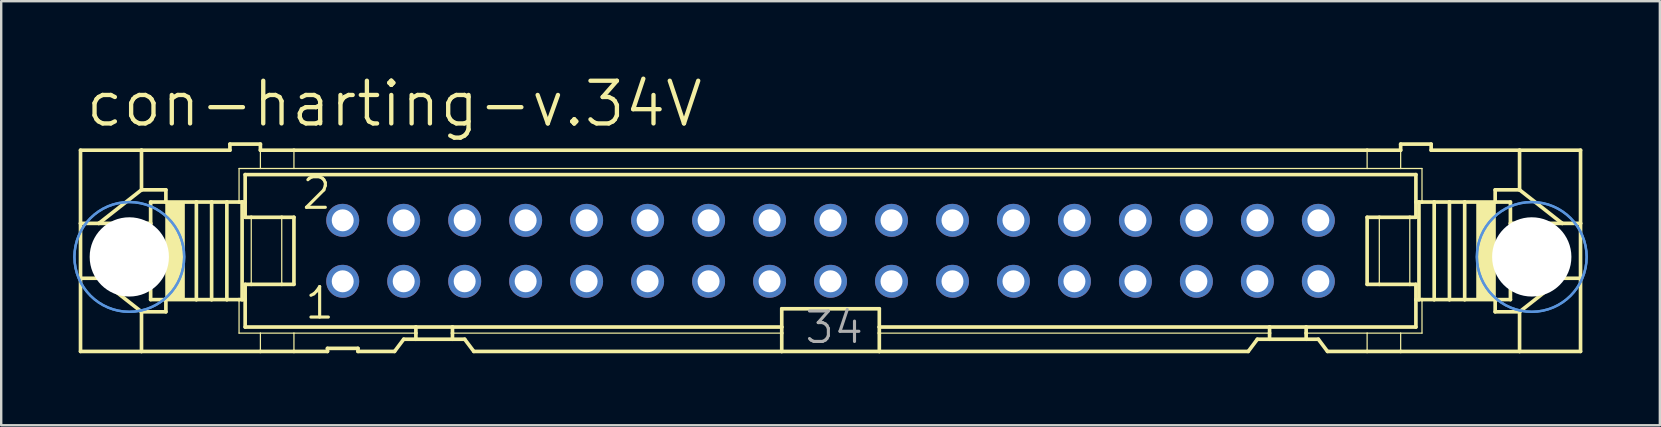
<source format=kicad_pcb>
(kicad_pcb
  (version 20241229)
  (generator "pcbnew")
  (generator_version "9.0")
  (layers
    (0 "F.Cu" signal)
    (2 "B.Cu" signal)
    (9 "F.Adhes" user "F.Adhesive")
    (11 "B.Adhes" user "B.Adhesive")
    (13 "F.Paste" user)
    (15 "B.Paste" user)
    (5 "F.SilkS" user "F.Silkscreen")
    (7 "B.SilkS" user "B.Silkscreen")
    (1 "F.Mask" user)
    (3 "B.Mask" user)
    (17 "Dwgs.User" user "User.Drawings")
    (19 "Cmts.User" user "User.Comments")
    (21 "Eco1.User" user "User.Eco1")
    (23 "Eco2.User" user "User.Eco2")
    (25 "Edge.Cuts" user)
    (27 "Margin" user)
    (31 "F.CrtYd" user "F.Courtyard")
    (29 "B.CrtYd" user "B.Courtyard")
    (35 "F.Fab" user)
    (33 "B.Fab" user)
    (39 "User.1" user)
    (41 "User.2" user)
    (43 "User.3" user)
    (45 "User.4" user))
  (footprint "con-harting-v.34V"
    (layer "F.Cu")
    (at 31.546 7.398)
    (property "Reference" "con-harting-v.34V" (at -31.115 -5.08 0) (layer "F.SilkS") (effects (font (size 1.778 1.778) (thickness 0.18)) (justify left bottom)))
    (attr through_hole)
    (fp_line (start -31.242 -4.191) (end -31.242 -1.143) (stroke (width 0.152) (type default)) (layer "F.SilkS"))
    (fp_line (start -31.242 -4.191) (end -28.702 -4.191) (stroke (width 0.152) (type default)) (layer "F.SilkS"))
    (fp_line (start -31.242 -1.143) (end -31.242 1.143) (stroke (width 0.152) (type default)) (layer "F.SilkS"))
    (fp_line (start -31.242 -1.143) (end -30.48 -1.143) (stroke (width 0.152) (type default)) (layer "F.SilkS"))
    (fp_line (start -31.242 1.143) (end -31.242 4.191) (stroke (width 0.152) (type default)) (layer "F.SilkS"))
    (fp_line (start -31.242 1.143) (end -30.48 1.143) (stroke (width 0.152) (type default)) (layer "F.SilkS"))
    (fp_line (start -30.48 -1.143) (end -28.321 -1.143) (stroke (width 0.152) (type default)) (layer "F.SilkS"))
    (fp_line (start -30.48 1.143) (end -28.321 1.143) (stroke (width 0.152) (type default)) (layer "F.SilkS"))
    (fp_line (start -28.702 -4.191) (end -28.702 -2.54) (stroke (width 0.152) (type default)) (layer "F.SilkS"))
    (fp_line (start -28.702 -2.54) (end -30.48 -1.143) (stroke (width 0.152) (type default)) (layer "F.SilkS"))
    (fp_line (start -28.702 2.54) (end -30.48 1.143) (stroke (width 0.152) (type default)) (layer "F.SilkS"))
    (fp_line (start -28.702 2.54) (end -28.702 4.191) (stroke (width 0.152) (type default)) (layer "F.SilkS"))
    (fp_line (start -28.702 4.191) (end -31.242 4.191) (stroke (width 0.152) (type default)) (layer "F.SilkS"))
    (fp_line (start -28.321 -1.143) (end -28.321 -2.032) (stroke (width 0.152) (type default)) (layer "F.SilkS"))
    (fp_line (start -28.321 1.143) (end -28.321 -1.143) (stroke (width 0.152) (type default)) (layer "F.SilkS"))
    (fp_line (start -28.321 2.032) (end -28.321 1.143) (stroke (width 0.152) (type default)) (layer "F.SilkS"))
    (fp_line (start -27.686 -2.54) (end -28.702 -2.54) (stroke (width 0.152) (type default)) (layer "F.SilkS"))
    (fp_line (start -27.686 -2.54) (end -27.686 -2.032) (stroke (width 0.152) (type default)) (layer "F.SilkS"))
    (fp_line (start -27.686 -2.032) (end -28.321 -2.032) (stroke (width 0.152) (type default)) (layer "F.SilkS"))
    (fp_line (start -27.686 2.032) (end -28.321 2.032) (stroke (width 0.152) (type default)) (layer "F.SilkS"))
    (fp_line (start -27.686 2.032) (end -27.686 2.54) (stroke (width 0.152) (type default)) (layer "F.SilkS"))
    (fp_line (start -27.686 2.54) (end -28.702 2.54) (stroke (width 0.152) (type default)) (layer "F.SilkS"))
    (fp_line (start -26.416 -2.032) (end -27.686 -2.032) (stroke (width 0.152) (type default)) (layer "F.SilkS"))
    (fp_line (start -26.416 2.032) (end -27.686 2.032) (stroke (width 0.152) (type default)) (layer "F.SilkS"))
    (fp_line (start -26.416 2.032) (end -26.416 -2.032) (stroke (width 0.152) (type default)) (layer "F.SilkS"))
    (fp_line (start -25.781 -2.032) (end -26.416 -2.032) (stroke (width 0.152) (type default)) (layer "F.SilkS"))
    (fp_line (start -25.781 2.032) (end -26.416 2.032) (stroke (width 0.152) (type default)) (layer "F.SilkS"))
    (fp_line (start -25.781 2.032) (end -25.781 -2.032) (stroke (width 0.152) (type default)) (layer "F.SilkS"))
    (fp_line (start -25.146 -2.032) (end -25.781 -2.032) (stroke (width 0.152) (type default)) (layer "F.SilkS"))
    (fp_line (start -25.146 2.032) (end -25.781 2.032) (stroke (width 0.152) (type default)) (layer "F.SilkS"))
    (fp_line (start -25.146 2.032) (end -25.146 -2.032) (stroke (width 0.152) (type default)) (layer "F.SilkS"))
    (fp_line (start -25.019 -4.445) (end -25.019 -4.191) (stroke (width 0.152) (type default)) (layer "F.SilkS"))
    (fp_line (start -25.019 -4.445) (end -23.749 -4.445) (stroke (width 0.152) (type default)) (layer "F.SilkS"))
    (fp_line (start -25.019 -4.191) (end -28.702 -4.191) (stroke (width 0.152) (type default)) (layer "F.SilkS"))
    (fp_line (start -24.638 -3.429) (end -24.638 -2.032) (stroke (width 0.051) (type default)) (layer "F.SilkS"))
    (fp_line (start -24.638 -2.032) (end -25.146 -2.032) (stroke (width 0.152) (type default)) (layer "F.SilkS"))
    (fp_line (start -24.638 2.032) (end -25.146 2.032) (stroke (width 0.152) (type default)) (layer "F.SilkS"))
    (fp_line (start -24.638 3.429) (end -24.638 2.032) (stroke (width 0.051) (type default)) (layer "F.SilkS"))
    (fp_line (start -24.511 -2.032) (end -24.638 -2.032) (stroke (width 0.152) (type default)) (layer "F.SilkS"))
    (fp_line (start -24.511 2.032) (end -24.638 2.032) (stroke (width 0.152) (type default)) (layer "F.SilkS"))
    (fp_line (start -24.511 2.032) (end -24.511 -2.032) (stroke (width 0.152) (type default)) (layer "F.SilkS"))
    (fp_line (start -24.384 -3.175) (end 24.384 -3.175) (stroke (width 0.152) (type default)) (layer "F.SilkS"))
    (fp_line (start -24.384 -2.032) (end -24.511 -2.032) (stroke (width 0.152) (type default)) (layer "F.SilkS"))
    (fp_line (start -24.384 -2.032) (end -24.384 -3.175) (stroke (width 0.152) (type default)) (layer "F.SilkS"))
    (fp_line (start -24.384 -1.397) (end -24.384 -2.032) (stroke (width 0.152) (type default)) (layer "F.SilkS"))
    (fp_line (start -24.384 -1.397) (end -24.13 -1.397) (stroke (width 0.152) (type default)) (layer "F.SilkS"))
    (fp_line (start -24.384 2.032) (end -24.511 2.032) (stroke (width 0.152) (type default)) (layer "F.SilkS"))
    (fp_line (start -24.384 2.032) (end -24.384 1.397) (stroke (width 0.152) (type default)) (layer "F.SilkS"))
    (fp_line (start -24.384 3.175) (end -24.384 2.032) (stroke (width 0.152) (type default)) (layer "F.SilkS"))
    (fp_line (start -24.13 -1.397) (end -22.86 -1.397) (stroke (width 0.152) (type default)) (layer "F.SilkS"))
    (fp_line (start -24.13 1.397) (end -24.384 1.397) (stroke (width 0.152) (type default)) (layer "F.SilkS"))
    (fp_line (start -24.13 1.397) (end -24.13 -1.397) (stroke (width 0.051) (type default)) (layer "F.SilkS"))
    (fp_line (start -23.749 -4.445) (end -23.749 -4.191) (stroke (width 0.152) (type default)) (layer "F.SilkS"))
    (fp_line (start -23.749 -3.429) (end -24.638 -3.429) (stroke (width 0.051) (type default)) (layer "F.SilkS"))
    (fp_line (start -23.749 -3.429) (end -23.749 -4.191) (stroke (width 0.051) (type default)) (layer "F.SilkS"))
    (fp_line (start -23.749 -3.429) (end -22.352 -3.429) (stroke (width 0.051) (type default)) (layer "F.SilkS"))
    (fp_line (start -23.749 3.429) (end -24.638 3.429) (stroke (width 0.051) (type default)) (layer "F.SilkS"))
    (fp_line (start -23.749 4.191) (end -28.702 4.191) (stroke (width 0.152) (type default)) (layer "F.SilkS"))
    (fp_line (start -23.749 4.191) (end -23.749 3.429) (stroke (width 0.051) (type default)) (layer "F.SilkS"))
    (fp_line (start -22.86 -1.397) (end -22.352 -1.397) (stroke (width 0.152) (type default)) (layer "F.SilkS"))
    (fp_line (start -22.86 1.397) (end -24.13 1.397) (stroke (width 0.152) (type default)) (layer "F.SilkS"))
    (fp_line (start -22.86 1.397) (end -22.86 -1.397) (stroke (width 0.051) (type default)) (layer "F.SilkS"))
    (fp_line (start -22.352 -4.191) (end -23.749 -4.191) (stroke (width 0.152) (type default)) (layer "F.SilkS"))
    (fp_line (start -22.352 -4.191) (end 22.352 -4.191) (stroke (width 0.152) (type default)) (layer "F.SilkS"))
    (fp_line (start -22.352 -3.429) (end -22.352 -4.191) (stroke (width 0.051) (type default)) (layer "F.SilkS"))
    (fp_line (start -22.352 -3.429) (end 22.352 -3.429) (stroke (width 0.051) (type default)) (layer "F.SilkS"))
    (fp_line (start -22.352 1.397) (end -22.86 1.397) (stroke (width 0.152) (type default)) (layer "F.SilkS"))
    (fp_line (start -22.352 1.397) (end -22.352 -1.397) (stroke (width 0.152) (type default)) (layer "F.SilkS"))
    (fp_line (start -22.352 3.429) (end -23.749 3.429) (stroke (width 0.051) (type default)) (layer "F.SilkS"))
    (fp_line (start -22.352 4.191) (end -23.749 4.191) (stroke (width 0.152) (type default)) (layer "F.SilkS"))
    (fp_line (start -22.352 4.191) (end -22.352 3.429) (stroke (width 0.051) (type default)) (layer "F.SilkS"))
    (fp_line (start -20.955 4.191) (end -22.352 4.191) (stroke (width 0.152) (type default)) (layer "F.SilkS"))
    (fp_line (start -20.955 4.191) (end -20.955 4.064) (stroke (width 0.152) (type default)) (layer "F.SilkS"))
    (fp_line (start -19.685 4.064) (end -20.955 4.064) (stroke (width 0.152) (type default)) (layer "F.SilkS"))
    (fp_line (start -19.685 4.064) (end -19.685 4.191) (stroke (width 0.152) (type default)) (layer "F.SilkS"))
    (fp_line (start -18.161 4.191) (end -19.685 4.191) (stroke (width 0.152) (type default)) (layer "F.SilkS"))
    (fp_line (start -18.161 4.191) (end -17.78 3.683) (stroke (width 0.152) (type default)) (layer "F.SilkS"))
    (fp_line (start -17.272 3.175) (end -24.384 3.175) (stroke (width 0.152) (type default)) (layer "F.SilkS"))
    (fp_line (start -17.272 3.175) (end -17.272 3.429) (stroke (width 0.152) (type default)) (layer "F.SilkS"))
    (fp_line (start -17.272 3.429) (end -22.352 3.429) (stroke (width 0.051) (type default)) (layer "F.SilkS"))
    (fp_line (start -17.272 3.429) (end -17.272 3.683) (stroke (width 0.152) (type default)) (layer "F.SilkS"))
    (fp_line (start -17.272 3.683) (end -17.78 3.683) (stroke (width 0.152) (type default)) (layer "F.SilkS"))
    (fp_line (start -15.748 3.175) (end -17.272 3.175) (stroke (width 0.152) (type default)) (layer "F.SilkS"))
    (fp_line (start -15.748 3.175) (end -15.748 3.429) (stroke (width 0.152) (type default)) (layer "F.SilkS"))
    (fp_line (start -15.748 3.429) (end -15.748 3.683) (stroke (width 0.152) (type default)) (layer "F.SilkS"))
    (fp_line (start -15.748 3.683) (end -17.272 3.683) (stroke (width 0.152) (type default)) (layer "F.SilkS"))
    (fp_line (start -15.24 3.683) (end -15.748 3.683) (stroke (width 0.152) (type default)) (layer "F.SilkS"))
    (fp_line (start -15.24 3.683) (end -14.859 4.191) (stroke (width 0.152) (type default)) (layer "F.SilkS"))
    (fp_line (start -2.032 3.175) (end -15.748 3.175) (stroke (width 0.152) (type default)) (layer "F.SilkS"))
    (fp_line (start -2.032 3.175) (end -2.032 2.413) (stroke (width 0.152) (type default)) (layer "F.SilkS"))
    (fp_line (start -2.032 3.175) (end -2.032 3.429) (stroke (width 0.152) (type default)) (layer "F.SilkS"))
    (fp_line (start -2.032 3.429) (end -15.748 3.429) (stroke (width 0.051) (type default)) (layer "F.SilkS"))
    (fp_line (start -2.032 3.429) (end -2.032 4.191) (stroke (width 0.152) (type default)) (layer "F.SilkS"))
    (fp_line (start -2.032 4.191) (end -14.859 4.191) (stroke (width 0.152) (type default)) (layer "F.SilkS"))
    (fp_line (start 2.032 2.413) (end -2.032 2.413) (stroke (width 0.152) (type default)) (layer "F.SilkS"))
    (fp_line (start 2.032 2.413) (end 2.032 3.175) (stroke (width 0.152) (type default)) (layer "F.SilkS"))
    (fp_line (start 2.032 3.175) (end 2.032 3.429) (stroke (width 0.152) (type default)) (layer "F.SilkS"))
    (fp_line (start 2.032 3.429) (end 2.032 4.191) (stroke (width 0.152) (type default)) (layer "F.SilkS"))
    (fp_line (start 2.032 4.191) (end -2.032 4.191) (stroke (width 0.152) (type default)) (layer "F.SilkS"))
    (fp_line (start 17.399 4.191) (end 2.032 4.191) (stroke (width 0.152) (type default)) (layer "F.SilkS"))
    (fp_line (start 17.399 4.191) (end 17.78 3.683) (stroke (width 0.152) (type default)) (layer "F.SilkS"))
    (fp_line (start 18.288 3.175) (end 2.032 3.175) (stroke (width 0.152) (type default)) (layer "F.SilkS"))
    (fp_line (start 18.288 3.175) (end 18.288 3.429) (stroke (width 0.152) (type default)) (layer "F.SilkS"))
    (fp_line (start 18.288 3.429) (end 2.032 3.429) (stroke (width 0.051) (type default)) (layer "F.SilkS"))
    (fp_line (start 18.288 3.429) (end 18.288 3.683) (stroke (width 0.152) (type default)) (layer "F.SilkS"))
    (fp_line (start 18.288 3.683) (end 17.78 3.683) (stroke (width 0.152) (type default)) (layer "F.SilkS"))
    (fp_line (start 19.812 3.175) (end 18.288 3.175) (stroke (width 0.152) (type default)) (layer "F.SilkS"))
    (fp_line (start 19.812 3.175) (end 19.812 3.429) (stroke (width 0.152) (type default)) (layer "F.SilkS"))
    (fp_line (start 19.812 3.429) (end 19.812 3.683) (stroke (width 0.152) (type default)) (layer "F.SilkS"))
    (fp_line (start 19.812 3.429) (end 22.352 3.429) (stroke (width 0.051) (type default)) (layer "F.SilkS"))
    (fp_line (start 19.812 3.683) (end 18.288 3.683) (stroke (width 0.152) (type default)) (layer "F.SilkS"))
    (fp_line (start 20.32 3.683) (end 19.812 3.683) (stroke (width 0.152) (type default)) (layer "F.SilkS"))
    (fp_line (start 20.32 3.683) (end 20.701 4.191) (stroke (width 0.152) (type default)) (layer "F.SilkS"))
    (fp_line (start 22.352 -4.191) (end 22.352 -3.429) (stroke (width 0.051) (type default)) (layer "F.SilkS"))
    (fp_line (start 22.352 -4.191) (end 23.749 -4.191) (stroke (width 0.152) (type default)) (layer "F.SilkS"))
    (fp_line (start 22.352 -1.397) (end 22.352 1.397) (stroke (width 0.152) (type default)) (layer "F.SilkS"))
    (fp_line (start 22.352 -1.397) (end 22.86 -1.397) (stroke (width 0.152) (type default)) (layer "F.SilkS"))
    (fp_line (start 22.352 3.429) (end 22.352 4.191) (stroke (width 0.051) (type default)) (layer "F.SilkS"))
    (fp_line (start 22.352 3.429) (end 23.749 3.429) (stroke (width 0.051) (type default)) (layer "F.SilkS"))
    (fp_line (start 22.352 4.191) (end 20.701 4.191) (stroke (width 0.152) (type default)) (layer "F.SilkS"))
    (fp_line (start 22.86 -1.397) (end 22.86 1.397) (stroke (width 0.051) (type default)) (layer "F.SilkS"))
    (fp_line (start 22.86 -1.397) (end 24.13 -1.397) (stroke (width 0.152) (type default)) (layer "F.SilkS"))
    (fp_line (start 22.86 1.397) (end 22.352 1.397) (stroke (width 0.152) (type default)) (layer "F.SilkS"))
    (fp_line (start 23.749 -4.191) (end 23.749 -4.445) (stroke (width 0.152) (type default)) (layer "F.SilkS"))
    (fp_line (start 23.749 -4.191) (end 23.749 -3.429) (stroke (width 0.051) (type default)) (layer "F.SilkS"))
    (fp_line (start 23.749 -3.429) (end 22.352 -3.429) (stroke (width 0.051) (type default)) (layer "F.SilkS"))
    (fp_line (start 23.749 -3.429) (end 24.638 -3.429) (stroke (width 0.051) (type default)) (layer "F.SilkS"))
    (fp_line (start 23.749 3.429) (end 23.749 4.191) (stroke (width 0.051) (type default)) (layer "F.SilkS"))
    (fp_line (start 23.749 3.429) (end 24.638 3.429) (stroke (width 0.051) (type default)) (layer "F.SilkS"))
    (fp_line (start 23.749 4.191) (end 22.352 4.191) (stroke (width 0.152) (type default)) (layer "F.SilkS"))
    (fp_line (start 24.13 -1.397) (end 24.13 1.397) (stroke (width 0.051) (type default)) (layer "F.SilkS"))
    (fp_line (start 24.13 -1.397) (end 24.384 -1.397) (stroke (width 0.152) (type default)) (layer "F.SilkS"))
    (fp_line (start 24.13 1.397) (end 22.86 1.397) (stroke (width 0.152) (type default)) (layer "F.SilkS"))
    (fp_line (start 24.384 -3.175) (end 24.384 -2.032) (stroke (width 0.152) (type default)) (layer "F.SilkS"))
    (fp_line (start 24.384 -2.032) (end 24.384 -1.397) (stroke (width 0.152) (type default)) (layer "F.SilkS"))
    (fp_line (start 24.384 -2.032) (end 24.511 -2.032) (stroke (width 0.152) (type default)) (layer "F.SilkS"))
    (fp_line (start 24.384 1.397) (end 24.13 1.397) (stroke (width 0.152) (type default)) (layer "F.SilkS"))
    (fp_line (start 24.384 1.397) (end 24.384 2.032) (stroke (width 0.152) (type default)) (layer "F.SilkS"))
    (fp_line (start 24.384 2.032) (end 24.384 3.175) (stroke (width 0.152) (type default)) (layer "F.SilkS"))
    (fp_line (start 24.384 2.032) (end 24.511 2.032) (stroke (width 0.152) (type default)) (layer "F.SilkS"))
    (fp_line (start 24.384 3.175) (end 19.812 3.175) (stroke (width 0.152) (type default)) (layer "F.SilkS"))
    (fp_line (start 24.511 -2.032) (end 24.511 2.032) (stroke (width 0.152) (type default)) (layer "F.SilkS"))
    (fp_line (start 24.511 -2.032) (end 24.638 -2.032) (stroke (width 0.152) (type default)) (layer "F.SilkS"))
    (fp_line (start 24.511 2.032) (end 24.638 2.032) (stroke (width 0.152) (type default)) (layer "F.SilkS"))
    (fp_line (start 24.638 -3.429) (end 24.638 -2.032) (stroke (width 0.051) (type default)) (layer "F.SilkS"))
    (fp_line (start 24.638 -2.032) (end 25.146 -2.032) (stroke (width 0.152) (type default)) (layer "F.SilkS"))
    (fp_line (start 24.638 2.032) (end 25.146 2.032) (stroke (width 0.152) (type default)) (layer "F.SilkS"))
    (fp_line (start 24.638 3.429) (end 24.638 2.032) (stroke (width 0.051) (type default)) (layer "F.SilkS"))
    (fp_line (start 25.019 -4.445) (end 23.749 -4.445) (stroke (width 0.152) (type default)) (layer "F.SilkS"))
    (fp_line (start 25.019 -4.191) (end 25.019 -4.445) (stroke (width 0.152) (type default)) (layer "F.SilkS"))
    (fp_line (start 25.019 -4.191) (end 28.702 -4.191) (stroke (width 0.152) (type default)) (layer "F.SilkS"))
    (fp_line (start 25.146 -2.032) (end 25.146 2.032) (stroke (width 0.152) (type default)) (layer "F.SilkS"))
    (fp_line (start 25.146 -2.032) (end 25.781 -2.032) (stroke (width 0.152) (type default)) (layer "F.SilkS"))
    (fp_line (start 25.146 2.032) (end 25.781 2.032) (stroke (width 0.152) (type default)) (layer "F.SilkS"))
    (fp_line (start 25.781 -2.032) (end 25.781 2.032) (stroke (width 0.152) (type default)) (layer "F.SilkS"))
    (fp_line (start 25.781 -2.032) (end 26.416 -2.032) (stroke (width 0.152) (type default)) (layer "F.SilkS"))
    (fp_line (start 25.781 2.032) (end 26.416 2.032) (stroke (width 0.152) (type default)) (layer "F.SilkS"))
    (fp_line (start 26.416 -2.032) (end 26.416 2.032) (stroke (width 0.152) (type default)) (layer "F.SilkS"))
    (fp_line (start 26.416 -2.032) (end 27.686 -2.032) (stroke (width 0.152) (type default)) (layer "F.SilkS"))
    (fp_line (start 26.416 2.032) (end 27.686 2.032) (stroke (width 0.152) (type default)) (layer "F.SilkS"))
    (fp_line (start 27.686 -2.54) (end 28.702 -2.54) (stroke (width 0.152) (type default)) (layer "F.SilkS"))
    (fp_line (start 27.686 -2.032) (end 27.686 -2.54) (stroke (width 0.152) (type default)) (layer "F.SilkS"))
    (fp_line (start 27.686 -2.032) (end 28.321 -2.032) (stroke (width 0.152) (type default)) (layer "F.SilkS"))
    (fp_line (start 27.686 2.032) (end 28.321 2.032) (stroke (width 0.152) (type default)) (layer "F.SilkS"))
    (fp_line (start 27.686 2.54) (end 27.686 2.032) (stroke (width 0.152) (type default)) (layer "F.SilkS"))
    (fp_line (start 27.686 2.54) (end 28.702 2.54) (stroke (width 0.152) (type default)) (layer "F.SilkS"))
    (fp_line (start 28.321 -2.032) (end 28.321 -1.143) (stroke (width 0.152) (type default)) (layer "F.SilkS"))
    (fp_line (start 28.321 -1.143) (end 28.321 1.143) (stroke (width 0.152) (type default)) (layer "F.SilkS"))
    (fp_line (start 28.321 1.143) (end 28.321 2.032) (stroke (width 0.152) (type default)) (layer "F.SilkS"))
    (fp_line (start 28.702 -4.191) (end 31.242 -4.191) (stroke (width 0.152) (type default)) (layer "F.SilkS"))
    (fp_line (start 28.702 -2.54) (end 28.702 -4.191) (stroke (width 0.152) (type default)) (layer "F.SilkS"))
    (fp_line (start 28.702 -2.54) (end 30.48 -1.143) (stroke (width 0.152) (type default)) (layer "F.SilkS"))
    (fp_line (start 28.702 2.54) (end 30.48 1.143) (stroke (width 0.152) (type default)) (layer "F.SilkS"))
    (fp_line (start 28.702 4.191) (end 23.749 4.191) (stroke (width 0.152) (type default)) (layer "F.SilkS"))
    (fp_line (start 28.702 4.191) (end 28.702 2.54) (stroke (width 0.152) (type default)) (layer "F.SilkS"))
    (fp_line (start 30.48 -1.143) (end 28.321 -1.143) (stroke (width 0.152) (type default)) (layer "F.SilkS"))
    (fp_line (start 30.48 1.143) (end 28.321 1.143) (stroke (width 0.152) (type default)) (layer "F.SilkS"))
    (fp_line (start 31.242 -1.143) (end 30.48 -1.143) (stroke (width 0.152) (type default)) (layer "F.SilkS"))
    (fp_line (start 31.242 -1.143) (end 31.242 -4.191) (stroke (width 0.152) (type default)) (layer "F.SilkS"))
    (fp_line (start 31.242 1.143) (end 30.48 1.143) (stroke (width 0.152) (type default)) (layer "F.SilkS"))
    (fp_line (start 31.242 1.143) (end 31.242 -1.143) (stroke (width 0.152) (type default)) (layer "F.SilkS"))
    (fp_line (start 31.242 4.191) (end 28.702 4.191) (stroke (width 0.152) (type default)) (layer "F.SilkS"))
    (fp_line (start 31.242 4.191) (end 31.242 1.143) (stroke (width 0.152) (type default)) (layer "F.SilkS"))
    (fp_rect (start -27.686 2.032) (end -26.924 -2.032) (stroke (width 0.05) (type default)) (fill yes) (layer "F.SilkS"))
    (fp_rect (start 26.924 2.032) (end 27.686 -2.032) (stroke (width 0.05) (type default)) (fill yes) (layer "F.SilkS"))
    (fp_circle (center -29.21 0.254) (end -26.924 0.254) (stroke (width 0.1) (type default)) (fill no) (layer "Cmts.User"))
    (fp_circle (center -29.21 0.254) (end -26.924 0.254) (stroke (width 0.1) (type default)) (fill no) (layer "Cmts.User"))
    (fp_circle (center 29.21 0.254) (end 31.496 0.254) (stroke (width 0.1) (type default)) (fill no) (layer "Cmts.User"))
    (fp_circle (center 29.21 0.254) (end 31.496 0.254) (stroke (width 0.1) (type default)) (fill no) (layer "Cmts.User"))
    (fp_rect (start -30.48 0.381) (end -28.702 -0.381) (stroke (width 0.05) (type default)) (fill no) (layer "F.Fab"))
    (fp_rect (start -20.574 -1.016) (end -20.066 -1.524) (stroke (width 0.05) (type default)) (fill no) (layer "F.Fab"))
    (fp_rect (start -20.574 1.524) (end -20.066 1.016) (stroke (width 0.05) (type default)) (fill no) (layer "F.Fab"))
    (fp_rect (start -18.034 -1.016) (end -17.526 -1.524) (stroke (width 0.05) (type default)) (fill no) (layer "F.Fab"))
    (fp_rect (start -18.034 1.524) (end -17.526 1.016) (stroke (width 0.05) (type default)) (fill no) (layer "F.Fab"))
    (fp_rect (start -15.494 -1.016) (end -14.986 -1.524) (stroke (width 0.05) (type default)) (fill no) (layer "F.Fab"))
    (fp_rect (start -15.494 1.524) (end -14.986 1.016) (stroke (width 0.05) (type default)) (fill no) (layer "F.Fab"))
    (fp_rect (start -12.954 -1.016) (end -12.446 -1.524) (stroke (width 0.05) (type default)) (fill no) (layer "F.Fab"))
    (fp_rect (start -12.954 1.524) (end -12.446 1.016) (stroke (width 0.05) (type default)) (fill no) (layer "F.Fab"))
    (fp_rect (start -10.414 -1.016) (end -9.906 -1.524) (stroke (width 0.05) (type default)) (fill no) (layer "F.Fab"))
    (fp_rect (start -10.414 1.524) (end -9.906 1.016) (stroke (width 0.05) (type default)) (fill no) (layer "F.Fab"))
    (fp_rect (start -7.874 -1.016) (end -7.366 -1.524) (stroke (width 0.05) (type default)) (fill no) (layer "F.Fab"))
    (fp_rect (start -7.874 1.524) (end -7.366 1.016) (stroke (width 0.05) (type default)) (fill no) (layer "F.Fab"))
    (fp_rect (start -5.334 -1.016) (end -4.826 -1.524) (stroke (width 0.05) (type default)) (fill no) (layer "F.Fab"))
    (fp_rect (start -5.334 1.524) (end -4.826 1.016) (stroke (width 0.05) (type default)) (fill no) (layer "F.Fab"))
    (fp_rect (start -2.794 -1.016) (end -2.286 -1.524) (stroke (width 0.05) (type default)) (fill no) (layer "F.Fab"))
    (fp_rect (start -2.794 1.524) (end -2.286 1.016) (stroke (width 0.05) (type default)) (fill no) (layer "F.Fab"))
    (fp_rect (start -0.254 -1.016) (end 0.254 -1.524) (stroke (width 0.05) (type default)) (fill no) (layer "F.Fab"))
    (fp_rect (start -0.254 1.524) (end 0.254 1.016) (stroke (width 0.05) (type default)) (fill no) (layer "F.Fab"))
    (fp_rect (start 2.286 -1.016) (end 2.794 -1.524) (stroke (width 0.05) (type default)) (fill no) (layer "F.Fab"))
    (fp_rect (start 2.286 1.524) (end 2.794 1.016) (stroke (width 0.05) (type default)) (fill no) (layer "F.Fab"))
    (fp_rect (start 4.826 -1.016) (end 5.334 -1.524) (stroke (width 0.05) (type default)) (fill no) (layer "F.Fab"))
    (fp_rect (start 4.826 1.524) (end 5.334 1.016) (stroke (width 0.05) (type default)) (fill no) (layer "F.Fab"))
    (fp_rect (start 7.366 -1.016) (end 7.874 -1.524) (stroke (width 0.05) (type default)) (fill no) (layer "F.Fab"))
    (fp_rect (start 7.366 1.524) (end 7.874 1.016) (stroke (width 0.05) (type default)) (fill no) (layer "F.Fab"))
    (fp_rect (start 9.906 -1.016) (end 10.414 -1.524) (stroke (width 0.05) (type default)) (fill no) (layer "F.Fab"))
    (fp_rect (start 9.906 1.524) (end 10.414 1.016) (stroke (width 0.05) (type default)) (fill no) (layer "F.Fab"))
    (fp_rect (start 12.446 -1.016) (end 12.954 -1.524) (stroke (width 0.05) (type default)) (fill no) (layer "F.Fab"))
    (fp_rect (start 12.446 1.524) (end 12.954 1.016) (stroke (width 0.05) (type default)) (fill no) (layer "F.Fab"))
    (fp_rect (start 14.986 -1.016) (end 15.494 -1.524) (stroke (width 0.05) (type default)) (fill no) (layer "F.Fab"))
    (fp_rect (start 14.986 1.524) (end 15.494 1.016) (stroke (width 0.05) (type default)) (fill no) (layer "F.Fab"))
    (fp_rect (start 17.526 -1.016) (end 18.034 -1.524) (stroke (width 0.05) (type default)) (fill no) (layer "F.Fab"))
    (fp_rect (start 17.526 1.524) (end 18.034 1.016) (stroke (width 0.05) (type default)) (fill no) (layer "F.Fab"))
    (fp_rect (start 20.066 -1.016) (end 20.574 -1.524) (stroke (width 0.05) (type default)) (fill no) (layer "F.Fab"))
    (fp_rect (start 20.066 1.524) (end 20.574 1.016) (stroke (width 0.05) (type default)) (fill no) (layer "F.Fab"))
    (fp_rect (start 28.702 0.381) (end 30.48 -0.381) (stroke (width 0.05) (type default)) (fill no) (layer "F.Fab"))
    (fp_text user "1" (at -21.971 2.921 0) (layer "F.SilkS") (effects (font (size 1.27 1.27) (thickness 0.13)) (justify left bottom)))
    (fp_text user "2" (at -22.098 -1.651 0) (layer "F.SilkS") (effects (font (size 1.27 1.27) (thickness 0.13)) (justify left bottom)))
    (fp_text user "34" (at -1.143 3.937 0) (layer "F.Fab") (effects (font (size 1.27 1.27) (thickness 0.13)) (justify left bottom)))
    (pad "" np_thru_hole circle (at -29.21 0.254) (size 3.302 3.302) (drill 3.302) (layers "*.Cu" "*.Mask"))
    (pad "" np_thru_hole circle (at 29.21 0.254) (size 3.302 3.302) (drill 3.302) (layers "*.Cu" "*.Mask"))
    (pad "1" thru_hole circle (at -20.32 1.27) (size 1.372 1.372) (drill 0.914) (layers "*.Cu" "*.Mask"))
    (pad "2" thru_hole circle (at -20.32 -1.27) (size 1.372 1.372) (drill 0.914) (layers "*.Cu" "*.Mask"))
    (pad "3" thru_hole circle (at -17.78 1.27) (size 1.372 1.372) (drill 0.914) (layers "*.Cu" "*.Mask"))
    (pad "4" thru_hole circle (at -17.78 -1.27) (size 1.372 1.372) (drill 0.914) (layers "*.Cu" "*.Mask"))
    (pad "5" thru_hole circle (at -15.24 1.27) (size 1.372 1.372) (drill 0.914) (layers "*.Cu" "*.Mask"))
    (pad "6" thru_hole circle (at -15.24 -1.27) (size 1.372 1.372) (drill 0.914) (layers "*.Cu" "*.Mask"))
    (pad "7" thru_hole circle (at -12.7 1.27) (size 1.372 1.372) (drill 0.914) (layers "*.Cu" "*.Mask"))
    (pad "8" thru_hole circle (at -12.7 -1.27) (size 1.372 1.372) (drill 0.914) (layers "*.Cu" "*.Mask"))
    (pad "9" thru_hole circle (at -10.16 1.27) (size 1.372 1.372) (drill 0.914) (layers "*.Cu" "*.Mask"))
    (pad "10" thru_hole circle (at -10.16 -1.27) (size 1.372 1.372) (drill 0.914) (layers "*.Cu" "*.Mask"))
    (pad "11" thru_hole circle (at -7.62 1.27) (size 1.372 1.372) (drill 0.914) (layers "*.Cu" "*.Mask"))
    (pad "12" thru_hole circle (at -7.62 -1.27) (size 1.372 1.372) (drill 0.914) (layers "*.Cu" "*.Mask"))
    (pad "13" thru_hole circle (at -5.08 1.27) (size 1.372 1.372) (drill 0.914) (layers "*.Cu" "*.Mask"))
    (pad "14" thru_hole circle (at -5.08 -1.27) (size 1.372 1.372) (drill 0.914) (layers "*.Cu" "*.Mask"))
    (pad "15" thru_hole circle (at -2.54 1.27) (size 1.372 1.372) (drill 0.914) (layers "*.Cu" "*.Mask"))
    (pad "16" thru_hole circle (at -2.54 -1.27) (size 1.372 1.372) (drill 0.914) (layers "*.Cu" "*.Mask"))
    (pad "17" thru_hole circle (at 0 1.27) (size 1.372 1.372) (drill 0.914) (layers "*.Cu" "*.Mask"))
    (pad "18" thru_hole circle (at 0 -1.27) (size 1.372 1.372) (drill 0.914) (layers "*.Cu" "*.Mask"))
    (pad "19" thru_hole circle (at 2.54 1.27) (size 1.372 1.372) (drill 0.914) (layers "*.Cu" "*.Mask"))
    (pad "20" thru_hole circle (at 2.54 -1.27) (size 1.372 1.372) (drill 0.914) (layers "*.Cu" "*.Mask"))
    (pad "21" thru_hole circle (at 5.08 1.27) (size 1.372 1.372) (drill 0.914) (layers "*.Cu" "*.Mask"))
    (pad "22" thru_hole circle (at 5.08 -1.27) (size 1.372 1.372) (drill 0.914) (layers "*.Cu" "*.Mask"))
    (pad "23" thru_hole circle (at 7.62 1.27) (size 1.372 1.372) (drill 0.914) (layers "*.Cu" "*.Mask"))
    (pad "24" thru_hole circle (at 7.62 -1.27) (size 1.372 1.372) (drill 0.914) (layers "*.Cu" "*.Mask"))
    (pad "25" thru_hole circle (at 10.16 1.27) (size 1.372 1.372) (drill 0.914) (layers "*.Cu" "*.Mask"))
    (pad "26" thru_hole circle (at 10.16 -1.27) (size 1.372 1.372) (drill 0.914) (layers "*.Cu" "*.Mask"))
    (pad "27" thru_hole circle (at 12.7 1.27) (size 1.372 1.372) (drill 0.914) (layers "*.Cu" "*.Mask"))
    (pad "28" thru_hole circle (at 12.7 -1.27) (size 1.372 1.372) (drill 0.914) (layers "*.Cu" "*.Mask"))
    (pad "29" thru_hole circle (at 15.24 1.27) (size 1.372 1.372) (drill 0.914) (layers "*.Cu" "*.Mask"))
    (pad "30" thru_hole circle (at 15.24 -1.27) (size 1.372 1.372) (drill 0.914) (layers "*.Cu" "*.Mask"))
    (pad "31" thru_hole circle (at 17.78 1.27) (size 1.372 1.372) (drill 0.914) (layers "*.Cu" "*.Mask"))
    (pad "32" thru_hole circle (at 17.78 -1.27) (size 1.372 1.372) (drill 0.914) (layers "*.Cu" "*.Mask"))
    (pad "33" thru_hole circle (at 20.32 1.27) (size 1.372 1.372) (drill 0.914) (layers "*.Cu" "*.Mask"))
    (pad "34" thru_hole circle (at 20.32 -1.27) (size 1.372 1.372) (drill 0.914) (layers "*.Cu" "*.Mask")))
  (gr_rect
    (start -3 -3)
    (end 66.092 14.665)
    (stroke (width 0.1) (type default))
    (fill no)
    (layer "Edge.Cuts")))
</source>
